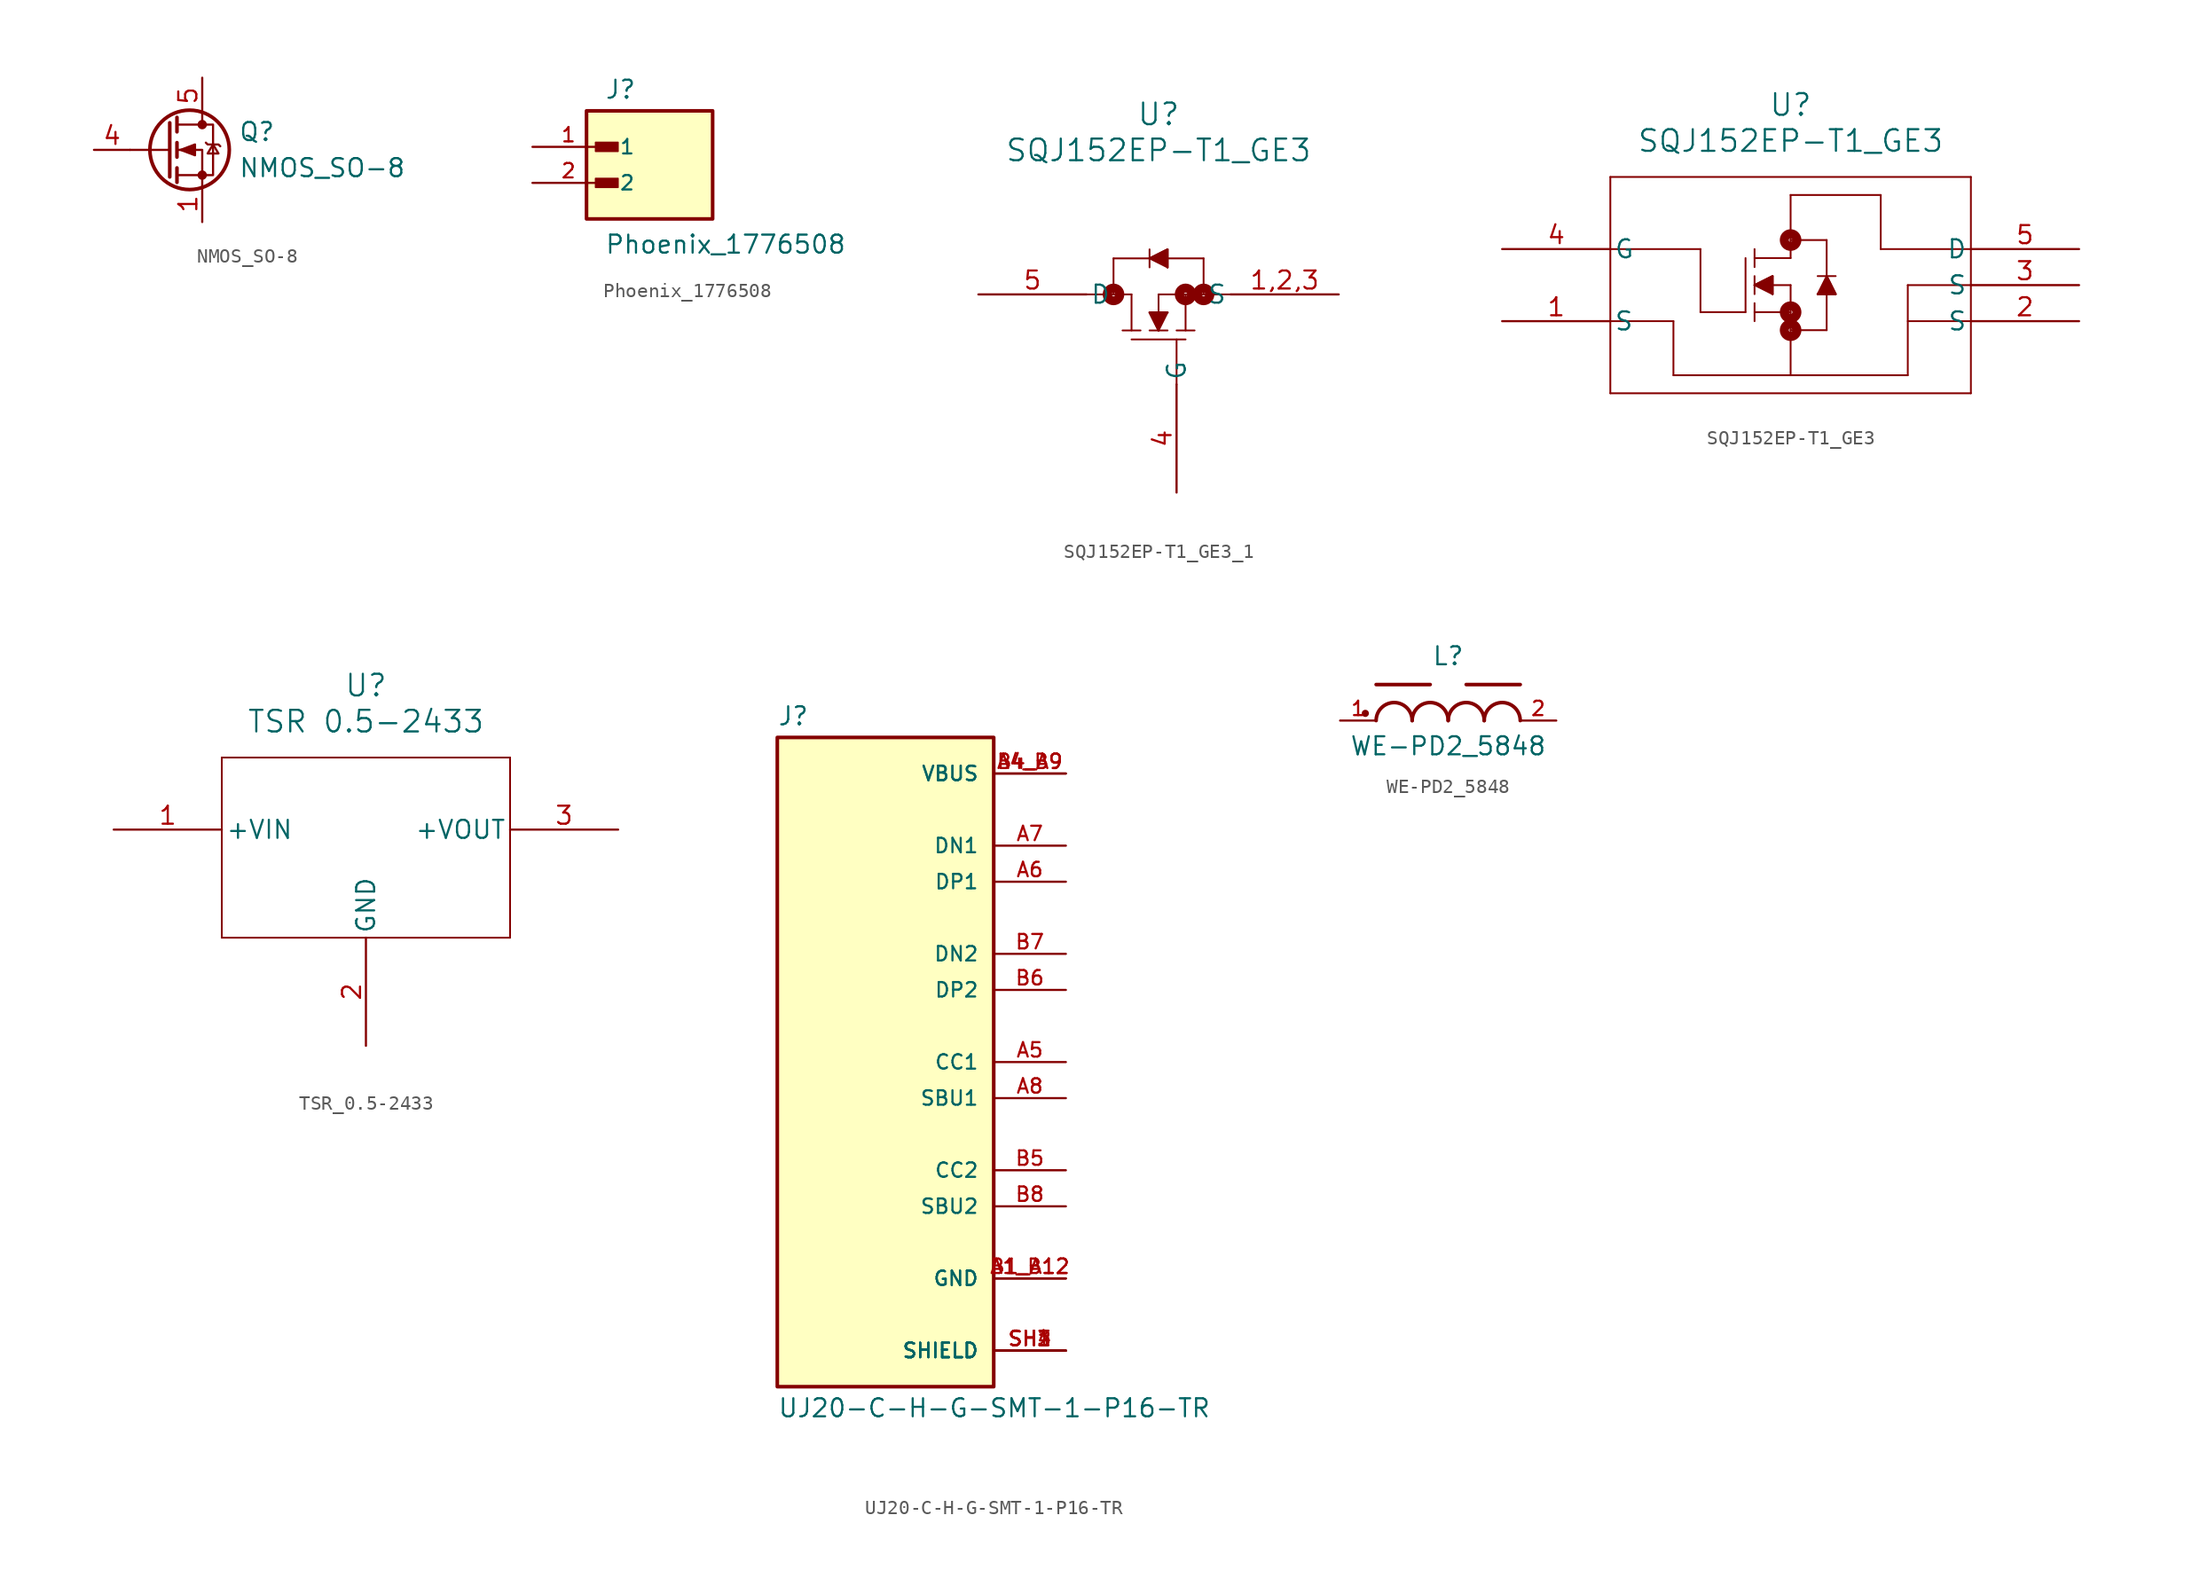
<source format=kicad_sym>
(kicad_symbol_lib
  (version 20220914)
  (generator kicad_symbol_editor)
  (symbol "NMOS_SO-8"
    (pin_names
      (offset 0) hide)
    (property "Reference" "Q"
      (at 5.08 1.27 0)
      (effects (font (size 1.27 1.27)) (justify left)))
    (property "Value" "NMOS_SO-8"
      (at 5.08 -1.27 0)
      (effects (font (size 1.27 1.27)) (justify left)))
    (symbol "NMOS_SO-8_0_1"
      (polyline (pts (xy 0.254 0) (xy -2.54 0)) (stroke (width 0) (type default)) (fill (type none)))
      (polyline (pts (xy 0.254 1.905) (xy 0.254 -1.905)) (stroke (width 0.254) (type default)) (fill (type none)))
      (polyline (pts (xy 0.762 -1.27) (xy 0.762 -2.286)) (stroke (width 0.254) (type default)) (fill (type none)))
      (polyline (pts (xy 0.762 0.508) (xy 0.762 -0.508)) (stroke (width 0.254) (type default)) (fill (type none)))
      (polyline (pts (xy 0.762 2.286) (xy 0.762 1.27)) (stroke (width 0.254) (type default)) (fill (type none)))
      (polyline (pts (xy 2.54 2.54) (xy 2.54 1.778)) (stroke (width 0) (type default)) (fill (type none)))
      (polyline (pts (xy 2.54 -2.54) (xy 2.54 0) (xy 0.762 0)) (stroke (width 0) (type default)) (fill (type none)))
      (polyline (pts (xy 0.762 -1.778) (xy 3.302 -1.778) (xy 3.302 1.778) (xy 0.762 1.778)) (stroke (width 0) (type default)) (fill (type none)))
      (polyline (pts (xy 1.016 0) (xy 2.032 0.381) (xy 2.032 -0.381) (xy 1.016 0)) (stroke (width 0) (type default)) (fill (type outline)))
      (polyline (pts (xy 2.794 0.508) (xy 2.921 0.381) (xy 3.683 0.381) (xy 3.81 0.254)) (stroke (width 0) (type default)) (fill (type none)))
      (polyline (pts (xy 3.302 0.381) (xy 2.921 -0.254) (xy 3.683 -0.254) (xy 3.302 0.381)) (stroke (width 0) (type default)) (fill (type none)))
      (circle (center 1.651 0) (radius 2.794) (stroke (width 0.254) (type default)) (fill (type none)))
      (circle (center 2.54 -1.778) (radius 0.254) (stroke (width 0) (type default)) (fill (type outline)))
      (circle (center 2.54 1.778) (radius 0.254) (stroke (width 0) (type default)) (fill (type outline))))
    (symbol "NMOS_SO-8_1_1"
      (pin passive line (at 2.54 -5.08 90) (length 2.54) (name "S" (effects (font (size 1.27 1.27)))) (number "1" (effects (font (size 1.27 1.27)))))
      (pin passive line (at 2.54 -5.08 90) (length 2.54) hide (name "S" (effects (font (size 1.27 1.27)))) (number "2" (effects (font (size 1.27 1.27)))))
      (pin passive line (at 2.54 -5.08 90) (length 2.54) hide (name "S" (effects (font (size 1.27 1.27)))) (number "3" (effects (font (size 1.27 1.27)))))
      (pin input line (at -5.08 0 0) (length 2.54) (name "G" (effects (font (size 1.27 1.27)))) (number "4" (effects (font (size 1.27 1.27)))))
      (pin passive line (at 2.54 5.08 270) (length 2.54) (name "D" (effects (font (size 1.27 1.27)))) (number "5" (effects (font (size 1.27 1.27)))))))
  (symbol "Phoenix_1776508"
    (pin_names
      (offset 1.016))
    (property "Reference" "J"
      (at -2.54 3.302 0)
      (effects (font (size 1.27 1.27)) (justify left bottom)))
    (property "Value" "Phoenix_1776508"
      (at -2.54 -7.62 0)
      (effects (font (size 1.27 1.27)) (justify left bottom)))
    (symbol "Phoenix_1776508_0_0"
      (rectangle (start -3.81 -5.08) (end 5.08 2.54) (stroke (width 0.254) (type default)) (fill (type background)))
      (rectangle (start -3.175 -2.857) (end -1.587 -2.223) (stroke (width 0.1) (type default)) (fill (type outline)))
      (rectangle (start -3.175 -0.318) (end -1.587 0.318) (stroke (width 0.1) (type default)) (fill (type outline)))
      (pin passive line (at -7.62 0 0) (length 5.08) (name "1" (effects (font (size 1.016 1.016)))) (number "1" (effects (font (size 1.016 1.016)))))
      (pin passive line (at -7.62 -2.54 0) (length 5.08) (name "2" (effects (font (size 1.016 1.016)))) (number "2" (effects (font (size 1.016 1.016)))))))
  (symbol "SQJ152EP-T1_GE3_1"
    (pin_names
      (offset 0.254))
    (property "Reference" "U"
      (at 20.32 15.24 0)
      (effects (font (size 1.524 1.524))))
    (property "Value" "SQJ152EP-T1_GE3"
      (at 20.32 12.7 0)
      (effects (font (size 1.524 1.524))))
    (property "ki_locked" ""
      (at 0 0 0)
      (effects (font (size 1.27 1.27))))
    (symbol "SQJ152EP-T1_GE3_1_0_1"
      (polyline (pts (xy 17.145 2.54) (xy 17.145 5.08)) (stroke (width 0.127) (type default)) (fill (type none)))
      (polyline (pts (xy 18.415 -0.635) (xy 22.225 -0.635)) (stroke (width 0.127) (type default)) (fill (type none)))
      (polyline (pts (xy 18.415 0) (xy 18.415 2.54)) (stroke (width 0.127) (type default)) (fill (type none)))
      (polyline (pts (xy 18.415 2.54) (xy 15.24 2.54)) (stroke (width 0.127) (type default)) (fill (type none)))
      (polyline (pts (xy 19.05 0) (xy 17.78 0)) (stroke (width 0.127) (type default)) (fill (type none)))
      (polyline (pts (xy 19.685 0) (xy 20.955 0)) (stroke (width 0.127) (type default)) (fill (type none)))
      (polyline (pts (xy 19.685 1.27) (xy 20.955 1.27)) (stroke (width 0.127) (type default)) (fill (type none)))
      (polyline (pts (xy 19.685 4.445) (xy 19.685 5.715)) (stroke (width 0.127) (type default)) (fill (type none)))
      (polyline (pts (xy 19.685 5.08) (xy 20.955 4.445)) (stroke (width 0.127) (type default)) (fill (type none)))
      (polyline (pts (xy 20.32 0) (xy 19.685 1.27)) (stroke (width 0.127) (type default)) (fill (type none)))
      (polyline (pts (xy 20.32 0) (xy 20.955 1.27)) (stroke (width 0.127) (type default)) (fill (type none)))
      (polyline (pts (xy 20.32 2.54) (xy 20.32 0)) (stroke (width 0.127) (type default)) (fill (type none)))
      (polyline (pts (xy 20.32 2.54) (xy 25.4 2.54)) (stroke (width 0.127) (type default)) (fill (type none)))
      (polyline (pts (xy 20.955 4.445) (xy 20.955 5.715)) (stroke (width 0.127) (type default)) (fill (type none)))
      (polyline (pts (xy 20.955 5.715) (xy 19.685 5.08)) (stroke (width 0.127) (type default)) (fill (type none)))
      (polyline (pts (xy 21.59 -3.81) (xy 21.59 -0.635)) (stroke (width 0.127) (type default)) (fill (type none)))
      (polyline (pts (xy 21.59 0) (xy 22.86 0)) (stroke (width 0.127) (type default)) (fill (type none)))
      (polyline (pts (xy 22.225 0) (xy 22.225 2.54)) (stroke (width 0.127) (type default)) (fill (type none)))
      (polyline (pts (xy 23.495 2.54) (xy 23.495 5.08)) (stroke (width 0.127) (type default)) (fill (type none)))
      (polyline (pts (xy 23.495 5.08) (xy 17.145 5.08)) (stroke (width 0.127) (type default)) (fill (type none)))
      (polyline (pts (xy 20.32 0) (xy 19.685 1.27) (xy 20.955 1.27)) (stroke (width 0) (type default)) (fill (type outline)))
      (polyline (pts (xy 20.955 4.445) (xy 20.955 5.715) (xy 19.685 5.08)) (stroke (width 0) (type default)) (fill (type outline)))
      (circle (center 17.145 2.54) (radius 0.127) (stroke (width 0.635) (type default)) (fill (type none)))
      (circle (center 22.225 2.54) (radius 0.127) (stroke (width 0.635) (type default)) (fill (type none)))
      (circle (center 23.495 2.54) (radius 0.127) (stroke (width 0.635) (type default)) (fill (type none))))
    (symbol "SQJ152EP-T1_GE3_1_1_1"
      (pin unspecified line (at 33.02 2.54 180) (length 7.62) (name "S" (effects (font (size 1.27 1.27)))) (number "1,2,3" (effects (font (size 1.27 1.27)))))
      (pin unspecified line (at 21.59 -11.43 90) (length 7.62) (name "G" (effects (font (size 1.27 1.27)))) (number "4" (effects (font (size 1.27 1.27)))))
      (pin unspecified line (at 7.62 2.54 0) (length 7.62) (name "D" (effects (font (size 1.27 1.27)))) (number "5" (effects (font (size 1.27 1.27)))))))
  (symbol "SQJ152EP-T1_GE3"
    (pin_names
      (offset 0.254))
    (property "Reference" "U"
      (at 20.32 15.24 0)
      (effects (font (size 1.524 1.524))))
    (property "Value" "SQJ152EP-T1_GE3"
      (at 20.32 12.7 0)
      (effects (font (size 1.524 1.524))))
    (property "ki_locked" ""
      (at 0 0 0)
      (effects (font (size 1.27 1.27))))
    (symbol "SQJ152EP-T1_GE3_0_1"
      (polyline (pts (xy 7.62 -5.08) (xy 33.02 -5.08)) (stroke (width 0.127) (type default)) (fill (type none)))
      (polyline (pts (xy 7.62 0) (xy 12.065 0)) (stroke (width 0.127) (type default)) (fill (type none)))
      (polyline (pts (xy 7.62 5.08) (xy 13.97 5.08)) (stroke (width 0.127) (type default)) (fill (type none)))
      (polyline (pts (xy 7.62 10.16) (xy 7.62 -5.08)) (stroke (width 0.127) (type default)) (fill (type none)))
      (polyline (pts (xy 12.065 -3.81) (xy 28.575 -3.81)) (stroke (width 0.127) (type default)) (fill (type none)))
      (polyline (pts (xy 12.065 0) (xy 12.065 -3.81)) (stroke (width 0.127) (type default)) (fill (type none)))
      (polyline (pts (xy 13.97 0.635) (xy 17.145 0.635)) (stroke (width 0.127) (type default)) (fill (type none)))
      (polyline (pts (xy 13.97 5.08) (xy 13.97 0.635)) (stroke (width 0.127) (type default)) (fill (type none)))
      (polyline (pts (xy 17.145 4.445) (xy 17.145 0.635)) (stroke (width 0.127) (type default)) (fill (type none)))
      (polyline (pts (xy 17.78 0.635) (xy 20.32 0.635)) (stroke (width 0.127) (type default)) (fill (type none)))
      (polyline (pts (xy 17.78 1.27) (xy 17.78 0)) (stroke (width 0.127) (type default)) (fill (type none)))
      (polyline (pts (xy 17.78 2.54) (xy 19.05 1.905)) (stroke (width 0.127) (type default)) (fill (type none)))
      (polyline (pts (xy 17.78 2.54) (xy 19.05 3.175)) (stroke (width 0.127) (type default)) (fill (type none)))
      (polyline (pts (xy 17.78 3.175) (xy 17.78 1.905)) (stroke (width 0.127) (type default)) (fill (type none)))
      (polyline (pts (xy 17.78 3.81) (xy 17.78 5.08)) (stroke (width 0.127) (type default)) (fill (type none)))
      (polyline (pts (xy 17.78 4.445) (xy 20.32 4.445)) (stroke (width 0.127) (type default)) (fill (type none)))
      (polyline (pts (xy 19.05 3.175) (xy 19.05 1.905)) (stroke (width 0.127) (type default)) (fill (type none)))
      (polyline (pts (xy 20.32 -0.635) (xy 22.86 -0.635)) (stroke (width 0.127) (type default)) (fill (type none)))
      (polyline (pts (xy 20.32 2.54) (xy 17.78 2.54)) (stroke (width 0.127) (type default)) (fill (type none)))
      (polyline (pts (xy 20.32 2.54) (xy 20.32 -3.81)) (stroke (width 0.127) (type default)) (fill (type none)))
      (polyline (pts (xy 20.32 4.445) (xy 20.32 8.89)) (stroke (width 0.127) (type default)) (fill (type none)))
      (polyline (pts (xy 20.32 5.715) (xy 22.86 5.715)) (stroke (width 0.127) (type default)) (fill (type none)))
      (polyline (pts (xy 22.225 1.905) (xy 23.495 1.905)) (stroke (width 0.127) (type default)) (fill (type none)))
      (polyline (pts (xy 22.225 3.175) (xy 23.495 3.175)) (stroke (width 0.127) (type default)) (fill (type none)))
      (polyline (pts (xy 22.86 -0.635) (xy 22.86 5.715)) (stroke (width 0.127) (type default)) (fill (type none)))
      (polyline (pts (xy 22.86 3.175) (xy 22.225 1.905)) (stroke (width 0.127) (type default)) (fill (type none)))
      (polyline (pts (xy 23.495 1.905) (xy 22.86 3.175)) (stroke (width 0.127) (type default)) (fill (type none)))
      (polyline (pts (xy 26.67 5.08) (xy 26.67 8.89)) (stroke (width 0.127) (type default)) (fill (type none)))
      (polyline (pts (xy 26.67 8.89) (xy 20.32 8.89)) (stroke (width 0.127) (type default)) (fill (type none)))
      (polyline (pts (xy 28.575 -3.81) (xy 28.575 2.54)) (stroke (width 0.127) (type default)) (fill (type none)))
      (polyline (pts (xy 28.575 2.54) (xy 33.02 2.54)) (stroke (width 0.127) (type default)) (fill (type none)))
      (polyline (pts (xy 33.02 -5.08) (xy 33.02 10.16)) (stroke (width 0.127) (type default)) (fill (type none)))
      (polyline (pts (xy 33.02 0) (xy 28.575 0)) (stroke (width 0.127) (type default)) (fill (type none)))
      (polyline (pts (xy 33.02 5.08) (xy 26.67 5.08)) (stroke (width 0.127) (type default)) (fill (type none)))
      (polyline (pts (xy 33.02 10.16) (xy 7.62 10.16)) (stroke (width 0.127) (type default)) (fill (type none)))
      (polyline (pts (xy 17.78 2.54) (xy 19.05 3.175) (xy 19.05 1.905)) (stroke (width 0) (type default)) (fill (type outline)))
      (polyline (pts (xy 22.225 1.905) (xy 23.495 1.905) (xy 22.86 3.175)) (stroke (width 0) (type default)) (fill (type outline)))
      (circle (center 20.32 -0.635) (radius 0.127) (stroke (width 0.635) (type default)) (fill (type none)))
      (circle (center 20.32 0.635) (radius 0.127) (stroke (width 0.635) (type default)) (fill (type none)))
      (circle (center 20.32 5.715) (radius 0.127) (stroke (width 0.635) (type default)) (fill (type none)))
      (pin unspecified line (at 0 0 0) (length 7.62) (name "S" (effects (font (size 1.27 1.27)))) (number "1" (effects (font (size 1.27 1.27)))))
      (pin unspecified line (at 40.64 0 180) (length 7.62) (name "S" (effects (font (size 1.27 1.27)))) (number "2" (effects (font (size 1.27 1.27)))))
      (pin unspecified line (at 40.64 2.54 180) (length 7.62) (name "S" (effects (font (size 1.27 1.27)))) (number "3" (effects (font (size 1.27 1.27)))))
      (pin unspecified line (at 0 5.08 0) (length 7.62) (name "G" (effects (font (size 1.27 1.27)))) (number "4" (effects (font (size 1.27 1.27)))))
      (pin unspecified line (at 40.64 5.08 180) (length 7.62) (name "D" (effects (font (size 1.27 1.27)))) (number "5" (effects (font (size 1.27 1.27)))))))
  (symbol "TSR_0.5-2433"
    (pin_names
      (offset 0.254))
    (property "Reference" "U"
      (at 20.32 10.16 0)
      (effects (font (size 1.524 1.524))))
    (property "Value" "TSR 0.5-2433"
      (at 20.32 7.62 0)
      (effects (font (size 1.524 1.524))))
    (symbol "TSR_0.5-2433_0_1"
      (polyline (pts (xy 10.16 -7.62) (xy 30.48 -7.62)) (stroke (width 0.127) (type default)) (fill (type none)))
      (polyline (pts (xy 10.16 5.08) (xy 10.16 -7.62)) (stroke (width 0.127) (type default)) (fill (type none)))
      (polyline (pts (xy 30.48 -7.62) (xy 30.48 5.08)) (stroke (width 0.127) (type default)) (fill (type none)))
      (polyline (pts (xy 30.48 5.08) (xy 10.16 5.08)) (stroke (width 0.127) (type default)) (fill (type none)))
      (pin power_in line (at 2.54 0 0) (length 7.62) (name "+VIN" (effects (font (size 1.27 1.27)))) (number "1" (effects (font (size 1.27 1.27)))))
      (pin power_out line (at 20.32 -15.24 90) (length 7.62) (name "GND" (effects (font (size 1.27 1.27)))) (number "2" (effects (font (size 1.27 1.27)))))
      (pin power_in line (at 38.1 0 180) (length 7.62) (name "+VOUT" (effects (font (size 1.27 1.27)))) (number "3" (effects (font (size 1.27 1.27)))))))
  (symbol "UJ20-C-H-G-SMT-1-P16-TR"
    (pin_names
      (offset 1.016))
    (property "Reference" "J"
      (at -7.62 23.622 0)
      (effects (font (size 1.27 1.27)) (justify left bottom)))
    (property "Value" "UJ20-C-H-G-SMT-1-P16-TR"
      (at -7.62 -23.622 0)
      (effects (font (size 1.27 1.27)) (justify left top)))
    (symbol "UJ20-C-H-G-SMT-1-P16-TR_0_0"
      (rectangle (start -7.62 -22.86) (end 7.62 22.86) (stroke (width 0.254) (type default)) (fill (type background)))
      (pin passive line (at 12.7 -15.24 180) (length 5.08) (name "GND" (effects (font (size 1.016 1.016)))) (number "A1_B12" (effects (font (size 1.016 1.016)))))
      (pin passive line (at 12.7 20.32 180) (length 5.08) (name "VBUS" (effects (font (size 1.016 1.016)))) (number "A4_B9" (effects (font (size 1.016 1.016)))))
      (pin passive line (at 12.7 0 180) (length 5.08) (name "CC1" (effects (font (size 1.016 1.016)))) (number "A5" (effects (font (size 1.016 1.016)))))
      (pin passive line (at 12.7 12.7 180) (length 5.08) (name "DP1" (effects (font (size 1.016 1.016)))) (number "A6" (effects (font (size 1.016 1.016)))))
      (pin passive line (at 12.7 15.24 180) (length 5.08) (name "DN1" (effects (font (size 1.016 1.016)))) (number "A7" (effects (font (size 1.016 1.016)))))
      (pin passive line (at 12.7 -2.54 180) (length 5.08) (name "SBU1" (effects (font (size 1.016 1.016)))) (number "A8" (effects (font (size 1.016 1.016)))))
      (pin passive line (at 12.7 -15.24 180) (length 5.08) (name "GND" (effects (font (size 1.016 1.016)))) (number "B1_A12" (effects (font (size 1.016 1.016)))))
      (pin passive line (at 12.7 20.32 180) (length 5.08) (name "VBUS" (effects (font (size 1.016 1.016)))) (number "B4_A9" (effects (font (size 1.016 1.016)))))
      (pin passive line (at 12.7 -7.62 180) (length 5.08) (name "CC2" (effects (font (size 1.016 1.016)))) (number "B5" (effects (font (size 1.016 1.016)))))
      (pin passive line (at 12.7 5.08 180) (length 5.08) (name "DP2" (effects (font (size 1.016 1.016)))) (number "B6" (effects (font (size 1.016 1.016)))))
      (pin passive line (at 12.7 7.62 180) (length 5.08) (name "DN2" (effects (font (size 1.016 1.016)))) (number "B7" (effects (font (size 1.016 1.016)))))
      (pin passive line (at 12.7 -10.16 180) (length 5.08) (name "SBU2" (effects (font (size 1.016 1.016)))) (number "B8" (effects (font (size 1.016 1.016)))))
      (pin passive line (at 12.7 -20.32 180) (length 5.08) (name "SHIELD" (effects (font (size 1.016 1.016)))) (number "SH1" (effects (font (size 1.016 1.016)))))
      (pin passive line (at 12.7 -20.32 180) (length 5.08) (name "SHIELD" (effects (font (size 1.016 1.016)))) (number "SH2" (effects (font (size 1.016 1.016)))))
      (pin passive line (at 12.7 -20.32 180) (length 5.08) (name "SHIELD" (effects (font (size 1.016 1.016)))) (number "SH3" (effects (font (size 1.016 1.016)))))
      (pin passive line (at 12.7 -20.32 180) (length 5.08) (name "SHIELD" (effects (font (size 1.016 1.016)))) (number "SH4" (effects (font (size 1.016 1.016)))))))
  (symbol "WE-PD2_5848"
    (pin_names
      (offset 1.016))
    (property "Reference" "L"
      (at 0 3.81 0)
      (effects (font (size 1.27 1.27)) (justify bottom)))
    (property "Value" "WE-PD2_5848"
      (at 0 -2.54 0)
      (effects (font (size 1.27 1.27)) (justify bottom)))
    (symbol "WE-PD2_5848_0_0"
      (circle (center -5.842 0.508) (radius 0.127) (stroke (width 0.254) (type default)) (fill (type none)))
      (arc (start -2.54 0) (mid -3.81 1.2645) (end -5.08 0) (stroke (width 0.254) (type default)) (fill (type none)))
      (arc (start 0 0) (mid -1.27 1.2645) (end -2.54 0) (stroke (width 0.254) (type default)) (fill (type none)))
      (polyline (pts (xy -1.27 2.54) (xy -5.08 2.54)) (stroke (width 0.254) (type default)) (fill (type none)))
      (polyline (pts (xy 5.08 2.54) (xy 1.27 2.54)) (stroke (width 0.254) (type default)) (fill (type none)))
      (arc (start 2.54 0) (mid 1.27 1.2645) (end 0 0) (stroke (width 0.254) (type default)) (fill (type none)))
      (arc (start 5.08 0) (mid 3.81 1.2645) (end 2.54 0) (stroke (width 0.254) (type default)) (fill (type none)))
      (pin passive line (at -7.62 0 0) (length 2.54) (name "~" (effects (font (size 1.016 1.016)))) (number "1" (effects (font (size 1.016 1.016)))))
      (pin passive line (at 7.62 0 180) (length 2.54) (name "~" (effects (font (size 1.016 1.016)))) (number "2" (effects (font (size 1.016 1.016))))))))
</source>
